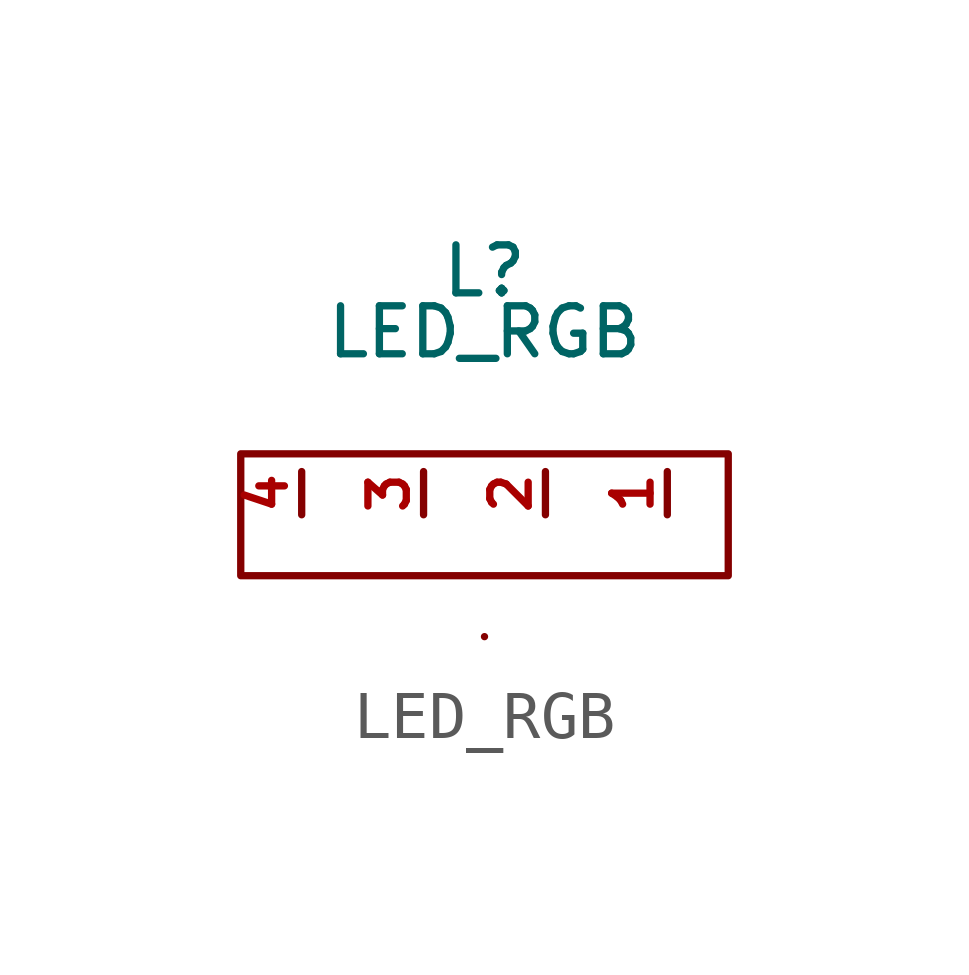
<source format=kicad_sym>
(kicad_symbol_lib
  (version 20211014)
  (generator kicad_symbol_editor)
  (symbol "LED_RGB"
    (property "Reference" "L"
      (at 0 2.54 0)
      (effects (font (size 1 1))))
    (property "Value" "LED_RGB"
      (at 0 1.27 0)
      (effects (font (size 1 1))))
    (symbol "LED_RGB_0_1"
      (rectangle (start -5.08 -1.27) (end 5.08 -3.81) (stroke (width 0) (type default) (color 0 0 0 0)) (fill (type none)))
      (rectangle (start 0 -5.08) (end 0 -5.08) (stroke (width 0) (type default) (color 0 0 0 0)) (fill (type none))))
    (symbol "LED_RGB_1_1"
      (pin input line (at 3.81 -2.54 270) (length -0.9) (name "DIN" (effects (font (size 0 0)))) (number "1" (effects (font (size 0.8 0.8)))))
      (pin input line (at 1.27 -2.54 270) (length -0.9) (name "VDD" (effects (font (size 0 0)))) (number "2" (effects (font (size 0.8 0.8)))))
      (pin input line (at -1.27 -2.54 270) (length -0.9) (name "GND" (effects (font (size 0 0)))) (number "3" (effects (font (size 0.8 0.8)))))
      (pin output line (at -3.81 -2.54 270) (length -0.9) (name "DOUT" (effects (font (size 0 0)))) (number "4" (effects (font (size 0.8 0.8))))))))
</source>
